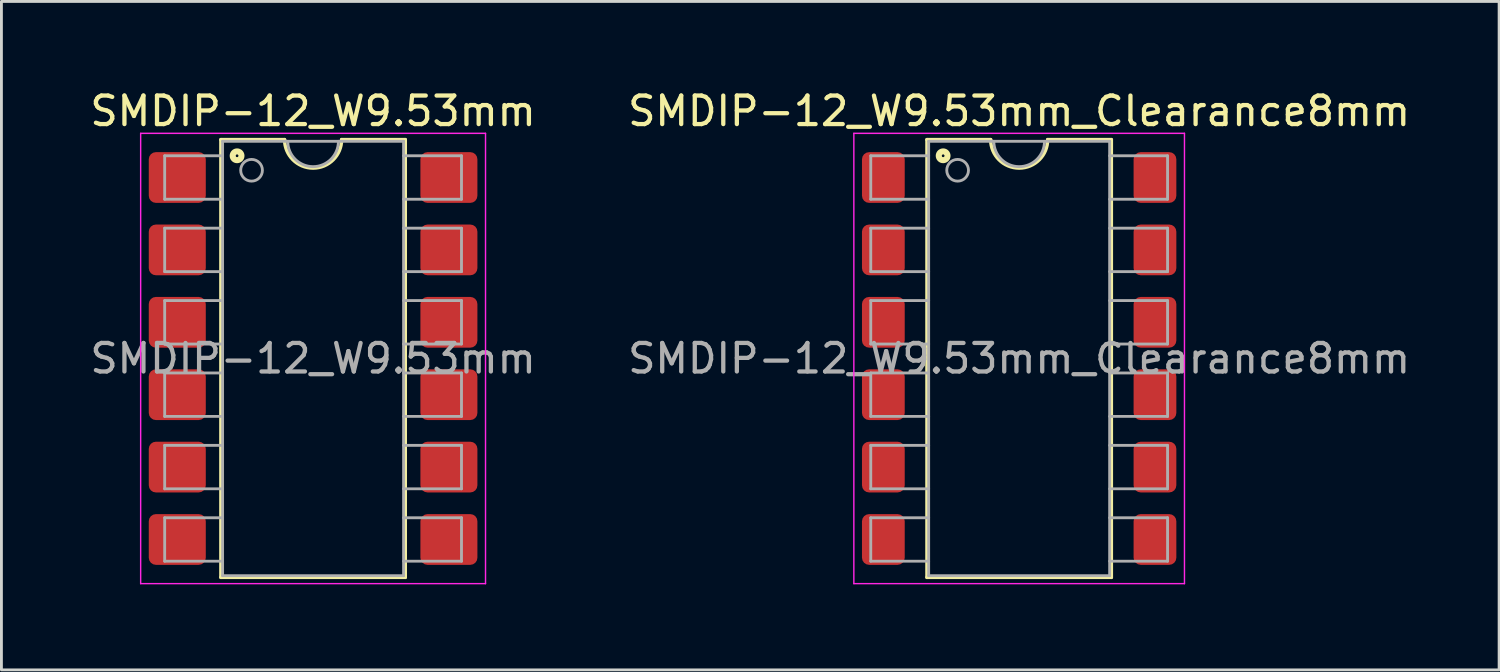
<source format=kicad_pcb>
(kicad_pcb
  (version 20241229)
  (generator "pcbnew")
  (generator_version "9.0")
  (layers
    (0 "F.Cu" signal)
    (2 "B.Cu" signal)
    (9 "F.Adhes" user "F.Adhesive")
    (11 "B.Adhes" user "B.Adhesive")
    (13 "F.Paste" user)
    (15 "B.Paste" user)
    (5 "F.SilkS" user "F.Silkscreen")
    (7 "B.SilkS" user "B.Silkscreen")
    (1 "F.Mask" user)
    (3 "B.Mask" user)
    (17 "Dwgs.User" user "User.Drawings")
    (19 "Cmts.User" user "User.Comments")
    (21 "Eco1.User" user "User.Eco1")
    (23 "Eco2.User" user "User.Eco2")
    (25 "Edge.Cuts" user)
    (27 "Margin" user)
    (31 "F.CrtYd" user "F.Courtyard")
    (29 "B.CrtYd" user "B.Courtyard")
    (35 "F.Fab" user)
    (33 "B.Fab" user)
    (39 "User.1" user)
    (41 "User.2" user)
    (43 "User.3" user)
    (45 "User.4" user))
  (footprint "SMDIP-12_W9.53mm_Clearance8mm"
    (layer "F.Cu")
    (at 32.708 9.528)
    (property "Reference" "SMDIP-12_W9.53mm_Clearance8mm" (at 0 -8.68 0) (layer "F.SilkS") (effects (font (size 1 1) (thickness 0.15))))
    (attr smd)
    (fp_line (start -3.235 -7.68) (end -3.235 7.68) (stroke (width 0.12) (type solid)) (layer "F.SilkS"))
    (fp_line (start -3.235 7.68) (end 3.235 7.68) (stroke (width 0.12) (type solid)) (layer "F.SilkS"))
    (fp_line (start -1 -7.68) (end -3.235 -7.68) (stroke (width 0.12) (type solid)) (layer "F.SilkS"))
    (fp_line (start 3.235 -7.68) (end 1 -7.68) (stroke (width 0.12) (type solid)) (layer "F.SilkS"))
    (fp_line (start 3.235 7.68) (end 3.235 -7.68) (stroke (width 0.12) (type solid)) (layer "F.SilkS"))
    (fp_arc (start 1 -7.68) (mid 0 -6.68) (end -1 -7.68) (stroke (width 0.12) (type solid)) (layer "F.SilkS"))
    (fp_circle (center -2.667 -7.112) (end -2.617 -7.112) (stroke (width 0.12) (type solid)) (fill no) (layer "F.SilkS"))
    (fp_circle (center -2.667 -7.112) (end -2.542 -7.112) (stroke (width 0.12) (type solid)) (fill no) (layer "F.SilkS"))
    (fp_circle (center -2.667 -7.112) (end -2.467 -7.112) (stroke (width 0.12) (type solid)) (fill no) (layer "F.SilkS"))
    (fp_line (start -5.8 -7.9) (end -5.8 7.9) (stroke (width 0.05) (type solid)) (layer "F.CrtYd"))
    (fp_line (start -5.8 7.9) (end 5.8 7.9) (stroke (width 0.05) (type solid)) (layer "F.CrtYd"))
    (fp_line (start 5.8 -7.9) (end -5.8 -7.9) (stroke (width 0.05) (type solid)) (layer "F.CrtYd"))
    (fp_line (start 5.8 7.9) (end 5.8 -7.9) (stroke (width 0.05) (type solid)) (layer "F.CrtYd"))
    (fp_line (start -5.207 -7.112) (end -5.207 -5.588) (stroke (width 0.1) (type solid)) (layer "F.Fab"))
    (fp_line (start -5.207 -7.112) (end -3.175 -7.112) (stroke (width 0.1) (type solid)) (layer "F.Fab"))
    (fp_line (start -5.207 -5.588) (end -3.175 -5.588) (stroke (width 0.1) (type solid)) (layer "F.Fab"))
    (fp_line (start -5.207 -4.572) (end -5.207 -3.048) (stroke (width 0.1) (type solid)) (layer "F.Fab"))
    (fp_line (start -5.207 -4.572) (end -3.175 -4.572) (stroke (width 0.1) (type solid)) (layer "F.Fab"))
    (fp_line (start -5.207 -3.048) (end -3.175 -3.048) (stroke (width 0.1) (type solid)) (layer "F.Fab"))
    (fp_line (start -5.207 -2.032) (end -5.207 -0.508) (stroke (width 0.1) (type solid)) (layer "F.Fab"))
    (fp_line (start -5.207 -2.032) (end -3.175 -2.032) (stroke (width 0.1) (type solid)) (layer "F.Fab"))
    (fp_line (start -5.207 -0.508) (end -3.175 -0.508) (stroke (width 0.1) (type solid)) (layer "F.Fab"))
    (fp_line (start -5.207 0.508) (end -5.207 2.032) (stroke (width 0.1) (type solid)) (layer "F.Fab"))
    (fp_line (start -5.207 0.508) (end -3.175 0.508) (stroke (width 0.1) (type solid)) (layer "F.Fab"))
    (fp_line (start -5.207 2.032) (end -3.175 2.032) (stroke (width 0.1) (type solid)) (layer "F.Fab"))
    (fp_line (start -5.207 3.048) (end -5.207 4.572) (stroke (width 0.1) (type solid)) (layer "F.Fab"))
    (fp_line (start -5.207 3.048) (end -3.175 3.048) (stroke (width 0.1) (type solid)) (layer "F.Fab"))
    (fp_line (start -5.207 4.572) (end -3.175 4.572) (stroke (width 0.1) (type solid)) (layer "F.Fab"))
    (fp_line (start -5.207 5.588) (end -5.207 7.112) (stroke (width 0.1) (type solid)) (layer "F.Fab"))
    (fp_line (start -5.207 5.588) (end -3.175 5.588) (stroke (width 0.1) (type solid)) (layer "F.Fab"))
    (fp_line (start -5.207 7.112) (end -3.175 7.112) (stroke (width 0.1) (type solid)) (layer "F.Fab"))
    (fp_line (start -3.175 -7.62) (end 3.175 -7.62) (stroke (width 0.1) (type solid)) (layer "F.Fab"))
    (fp_line (start -3.175 7.62) (end -3.175 -7.62) (stroke (width 0.1) (type solid)) (layer "F.Fab"))
    (fp_line (start 3.175 -7.62) (end 3.175 7.62) (stroke (width 0.1) (type solid)) (layer "F.Fab"))
    (fp_line (start 3.175 7.62) (end -3.175 7.62) (stroke (width 0.1) (type solid)) (layer "F.Fab"))
    (fp_line (start 5.207 -7.112) (end 3.175 -7.112) (stroke (width 0.1) (type solid)) (layer "F.Fab"))
    (fp_line (start 5.207 -5.588) (end 3.175 -5.588) (stroke (width 0.1) (type solid)) (layer "F.Fab"))
    (fp_line (start 5.207 -5.588) (end 5.207 -7.112) (stroke (width 0.1) (type solid)) (layer "F.Fab"))
    (fp_line (start 5.207 -4.572) (end 3.175 -4.572) (stroke (width 0.1) (type solid)) (layer "F.Fab"))
    (fp_line (start 5.207 -3.048) (end 3.175 -3.048) (stroke (width 0.1) (type solid)) (layer "F.Fab"))
    (fp_line (start 5.207 -3.048) (end 5.207 -4.572) (stroke (width 0.1) (type solid)) (layer "F.Fab"))
    (fp_line (start 5.207 -2.032) (end 3.175 -2.032) (stroke (width 0.1) (type solid)) (layer "F.Fab"))
    (fp_line (start 5.207 -0.508) (end 3.175 -0.508) (stroke (width 0.1) (type solid)) (layer "F.Fab"))
    (fp_line (start 5.207 -0.508) (end 5.207 -2.032) (stroke (width 0.1) (type solid)) (layer "F.Fab"))
    (fp_line (start 5.207 0.508) (end 3.175 0.508) (stroke (width 0.1) (type solid)) (layer "F.Fab"))
    (fp_line (start 5.207 2.032) (end 3.175 2.032) (stroke (width 0.1) (type solid)) (layer "F.Fab"))
    (fp_line (start 5.207 2.032) (end 5.207 0.508) (stroke (width 0.1) (type solid)) (layer "F.Fab"))
    (fp_line (start 5.207 3.048) (end 3.175 3.048) (stroke (width 0.1) (type solid)) (layer "F.Fab"))
    (fp_line (start 5.207 4.572) (end 3.175 4.572) (stroke (width 0.1) (type solid)) (layer "F.Fab"))
    (fp_line (start 5.207 4.572) (end 5.207 3.048) (stroke (width 0.1) (type solid)) (layer "F.Fab"))
    (fp_line (start 5.207 5.588) (end 3.175 5.588) (stroke (width 0.1) (type solid)) (layer "F.Fab"))
    (fp_line (start 5.207 7.112) (end 3.175 7.112) (stroke (width 0.1) (type solid)) (layer "F.Fab"))
    (fp_line (start 5.207 7.112) (end 5.207 5.588) (stroke (width 0.1) (type solid)) (layer "F.Fab"))
    (fp_arc (start 0.889 -7.62) (mid 0 -6.731) (end -0.889 -7.62) (stroke (width 0.1) (type solid)) (layer "F.Fab"))
    (fp_circle (center -2.159 -6.604) (end -1.778 -6.604) (stroke (width 0.1) (type solid)) (fill no) (layer "F.Fab"))
    (fp_text user "${REFERENCE}" (at 0 0 0) (layer "F.Fab") (effects (font (size 1 1) (thickness 0.15))))
    (pad "1" smd roundrect (at -4.765 -6.35) (size 1.5 1.78) (layers "F.Cu" "F.Mask" "F.Paste") (roundrect_rratio 0.167))
    (pad "2" smd roundrect (at -4.765 -3.81) (size 1.5 1.78) (layers "F.Cu" "F.Mask" "F.Paste") (roundrect_rratio 0.167))
    (pad "3" smd roundrect (at -4.765 -1.27) (size 1.5 1.78) (layers "F.Cu" "F.Mask" "F.Paste") (roundrect_rratio 0.167))
    (pad "4" smd roundrect (at -4.765 1.27) (size 1.5 1.78) (layers "F.Cu" "F.Mask" "F.Paste") (roundrect_rratio 0.167))
    (pad "5" smd roundrect (at -4.765 3.81) (size 1.5 1.78) (layers "F.Cu" "F.Mask" "F.Paste") (roundrect_rratio 0.167))
    (pad "6" smd roundrect (at -4.765 6.35) (size 1.5 1.78) (layers "F.Cu" "F.Mask" "F.Paste") (roundrect_rratio 0.167))
    (pad "7" smd roundrect (at 4.765 6.35) (size 1.5 1.78) (layers "F.Cu" "F.Mask" "F.Paste") (roundrect_rratio 0.167))
    (pad "8" smd roundrect (at 4.765 3.81) (size 1.5 1.78) (layers "F.Cu" "F.Mask" "F.Paste") (roundrect_rratio 0.167))
    (pad "9" smd roundrect (at 4.765 1.27) (size 1.5 1.78) (layers "F.Cu" "F.Mask" "F.Paste") (roundrect_rratio 0.167))
    (pad "10" smd roundrect (at 4.765 -1.27) (size 1.5 1.78) (layers "F.Cu" "F.Mask" "F.Paste") (roundrect_rratio 0.167))
    (pad "11" smd roundrect (at 4.765 -3.81) (size 1.5 1.78) (layers "F.Cu" "F.Mask" "F.Paste") (roundrect_rratio 0.167))
    (pad "12" smd roundrect (at 4.765 -6.35) (size 1.5 1.78) (layers "F.Cu" "F.Mask" "F.Paste") (roundrect_rratio 0.167)))
  (footprint "SMDIP-12_W9.53mm"
    (layer "F.Cu")
    (at 7.935 9.528)
    (property "Reference" "SMDIP-12_W9.53mm" (at 0 -8.68 0) (layer "F.SilkS") (effects (font (size 1 1) (thickness 0.15))))
    (attr smd)
    (fp_line (start -3.235 -7.68) (end -3.235 7.68) (stroke (width 0.12) (type solid)) (layer "F.SilkS"))
    (fp_line (start -3.235 7.68) (end 3.235 7.68) (stroke (width 0.12) (type solid)) (layer "F.SilkS"))
    (fp_line (start -1 -7.68) (end -3.235 -7.68) (stroke (width 0.12) (type solid)) (layer "F.SilkS"))
    (fp_line (start 3.235 -7.68) (end 1 -7.68) (stroke (width 0.12) (type solid)) (layer "F.SilkS"))
    (fp_line (start 3.235 7.68) (end 3.235 -7.68) (stroke (width 0.12) (type solid)) (layer "F.SilkS"))
    (fp_arc (start 1 -7.68) (mid 0 -6.68) (end -1 -7.68) (stroke (width 0.12) (type solid)) (layer "F.SilkS"))
    (fp_circle (center -2.667 -7.112) (end -2.617 -7.112) (stroke (width 0.12) (type solid)) (fill no) (layer "F.SilkS"))
    (fp_circle (center -2.667 -7.112) (end -2.542 -7.112) (stroke (width 0.12) (type solid)) (fill no) (layer "F.SilkS"))
    (fp_circle (center -2.667 -7.112) (end -2.467 -7.112) (stroke (width 0.12) (type solid)) (fill no) (layer "F.SilkS"))
    (fp_line (start -6.05 -7.9) (end -6.05 7.9) (stroke (width 0.05) (type solid)) (layer "F.CrtYd"))
    (fp_line (start -6.05 7.9) (end 6.05 7.9) (stroke (width 0.05) (type solid)) (layer "F.CrtYd"))
    (fp_line (start 6.05 -7.9) (end -6.05 -7.9) (stroke (width 0.05) (type solid)) (layer "F.CrtYd"))
    (fp_line (start 6.05 7.9) (end 6.05 -7.9) (stroke (width 0.05) (type solid)) (layer "F.CrtYd"))
    (fp_line (start -5.207 -7.112) (end -5.207 -5.588) (stroke (width 0.1) (type solid)) (layer "F.Fab"))
    (fp_line (start -5.207 -7.112) (end -3.175 -7.112) (stroke (width 0.1) (type solid)) (layer "F.Fab"))
    (fp_line (start -5.207 -5.588) (end -3.175 -5.588) (stroke (width 0.1) (type solid)) (layer "F.Fab"))
    (fp_line (start -5.207 -4.572) (end -5.207 -3.048) (stroke (width 0.1) (type solid)) (layer "F.Fab"))
    (fp_line (start -5.207 -4.572) (end -3.175 -4.572) (stroke (width 0.1) (type solid)) (layer "F.Fab"))
    (fp_line (start -5.207 -3.048) (end -3.175 -3.048) (stroke (width 0.1) (type solid)) (layer "F.Fab"))
    (fp_line (start -5.207 -2.032) (end -5.207 -0.508) (stroke (width 0.1) (type solid)) (layer "F.Fab"))
    (fp_line (start -5.207 -2.032) (end -3.175 -2.032) (stroke (width 0.1) (type solid)) (layer "F.Fab"))
    (fp_line (start -5.207 -0.508) (end -3.175 -0.508) (stroke (width 0.1) (type solid)) (layer "F.Fab"))
    (fp_line (start -5.207 0.508) (end -5.207 2.032) (stroke (width 0.1) (type solid)) (layer "F.Fab"))
    (fp_line (start -5.207 0.508) (end -3.175 0.508) (stroke (width 0.1) (type solid)) (layer "F.Fab"))
    (fp_line (start -5.207 2.032) (end -3.175 2.032) (stroke (width 0.1) (type solid)) (layer "F.Fab"))
    (fp_line (start -5.207 3.048) (end -5.207 4.572) (stroke (width 0.1) (type solid)) (layer "F.Fab"))
    (fp_line (start -5.207 3.048) (end -3.175 3.048) (stroke (width 0.1) (type solid)) (layer "F.Fab"))
    (fp_line (start -5.207 4.572) (end -3.175 4.572) (stroke (width 0.1) (type solid)) (layer "F.Fab"))
    (fp_line (start -5.207 5.588) (end -5.207 7.112) (stroke (width 0.1) (type solid)) (layer "F.Fab"))
    (fp_line (start -5.207 5.588) (end -3.175 5.588) (stroke (width 0.1) (type solid)) (layer "F.Fab"))
    (fp_line (start -5.207 7.112) (end -3.175 7.112) (stroke (width 0.1) (type solid)) (layer "F.Fab"))
    (fp_line (start -3.175 -7.62) (end 3.175 -7.62) (stroke (width 0.1) (type solid)) (layer "F.Fab"))
    (fp_line (start -3.175 7.62) (end -3.175 -7.62) (stroke (width 0.1) (type solid)) (layer "F.Fab"))
    (fp_line (start 3.175 -7.62) (end 3.175 7.62) (stroke (width 0.1) (type solid)) (layer "F.Fab"))
    (fp_line (start 3.175 7.62) (end -3.175 7.62) (stroke (width 0.1) (type solid)) (layer "F.Fab"))
    (fp_line (start 5.207 -7.112) (end 3.175 -7.112) (stroke (width 0.1) (type solid)) (layer "F.Fab"))
    (fp_line (start 5.207 -5.588) (end 3.175 -5.588) (stroke (width 0.1) (type solid)) (layer "F.Fab"))
    (fp_line (start 5.207 -5.588) (end 5.207 -7.112) (stroke (width 0.1) (type solid)) (layer "F.Fab"))
    (fp_line (start 5.207 -4.572) (end 3.175 -4.572) (stroke (width 0.1) (type solid)) (layer "F.Fab"))
    (fp_line (start 5.207 -3.048) (end 3.175 -3.048) (stroke (width 0.1) (type solid)) (layer "F.Fab"))
    (fp_line (start 5.207 -3.048) (end 5.207 -4.572) (stroke (width 0.1) (type solid)) (layer "F.Fab"))
    (fp_line (start 5.207 -2.032) (end 3.175 -2.032) (stroke (width 0.1) (type solid)) (layer "F.Fab"))
    (fp_line (start 5.207 -0.508) (end 3.175 -0.508) (stroke (width 0.1) (type solid)) (layer "F.Fab"))
    (fp_line (start 5.207 -0.508) (end 5.207 -2.032) (stroke (width 0.1) (type solid)) (layer "F.Fab"))
    (fp_line (start 5.207 0.508) (end 3.175 0.508) (stroke (width 0.1) (type solid)) (layer "F.Fab"))
    (fp_line (start 5.207 2.032) (end 3.175 2.032) (stroke (width 0.1) (type solid)) (layer "F.Fab"))
    (fp_line (start 5.207 2.032) (end 5.207 0.508) (stroke (width 0.1) (type solid)) (layer "F.Fab"))
    (fp_line (start 5.207 3.048) (end 3.175 3.048) (stroke (width 0.1) (type solid)) (layer "F.Fab"))
    (fp_line (start 5.207 4.572) (end 3.175 4.572) (stroke (width 0.1) (type solid)) (layer "F.Fab"))
    (fp_line (start 5.207 4.572) (end 5.207 3.048) (stroke (width 0.1) (type solid)) (layer "F.Fab"))
    (fp_line (start 5.207 5.588) (end 3.175 5.588) (stroke (width 0.1) (type solid)) (layer "F.Fab"))
    (fp_line (start 5.207 7.112) (end 3.175 7.112) (stroke (width 0.1) (type solid)) (layer "F.Fab"))
    (fp_line (start 5.207 7.112) (end 5.207 5.588) (stroke (width 0.1) (type solid)) (layer "F.Fab"))
    (fp_arc (start 0.889 -7.62) (mid 0 -6.731) (end -0.889 -7.62) (stroke (width 0.1) (type solid)) (layer "F.Fab"))
    (fp_circle (center -2.159 -6.604) (end -1.778 -6.604) (stroke (width 0.1) (type solid)) (fill no) (layer "F.Fab"))
    (fp_text user "${REFERENCE}" (at 0 0 0) (layer "F.Fab") (effects (font (size 1 1) (thickness 0.15))))
    (pad "1" smd roundrect (at -4.765 -6.35) (size 2 1.78) (layers "F.Cu" "F.Mask" "F.Paste") (roundrect_rratio 0.14))
    (pad "2" smd roundrect (at -4.765 -3.81) (size 2 1.78) (layers "F.Cu" "F.Mask" "F.Paste") (roundrect_rratio 0.14))
    (pad "3" smd roundrect (at -4.765 -1.27) (size 2 1.78) (layers "F.Cu" "F.Mask" "F.Paste") (roundrect_rratio 0.14))
    (pad "4" smd roundrect (at -4.765 1.27) (size 2 1.78) (layers "F.Cu" "F.Mask" "F.Paste") (roundrect_rratio 0.14))
    (pad "5" smd roundrect (at -4.765 3.81) (size 2 1.78) (layers "F.Cu" "F.Mask" "F.Paste") (roundrect_rratio 0.14))
    (pad "6" smd roundrect (at -4.765 6.35) (size 2 1.78) (layers "F.Cu" "F.Mask" "F.Paste") (roundrect_rratio 0.14))
    (pad "7" smd roundrect (at 4.765 6.35) (size 2 1.78) (layers "F.Cu" "F.Mask" "F.Paste") (roundrect_rratio 0.14))
    (pad "8" smd roundrect (at 4.765 3.81) (size 2 1.78) (layers "F.Cu" "F.Mask" "F.Paste") (roundrect_rratio 0.14))
    (pad "9" smd roundrect (at 4.765 1.27) (size 2 1.78) (layers "F.Cu" "F.Mask" "F.Paste") (roundrect_rratio 0.14))
    (pad "10" smd roundrect (at 4.765 -1.27) (size 2 1.78) (layers "F.Cu" "F.Mask" "F.Paste") (roundrect_rratio 0.14))
    (pad "11" smd roundrect (at 4.765 -3.81) (size 2 1.78) (layers "F.Cu" "F.Mask" "F.Paste") (roundrect_rratio 0.14))
    (pad "12" smd roundrect (at 4.765 -6.35) (size 2 1.78) (layers "F.Cu" "F.Mask" "F.Paste") (roundrect_rratio 0.14)))
  (gr_rect
    (start -3 -3)
    (end 49.548 20.453)
    (stroke (width 0.1) (type default))
    (fill no)
    (layer "Edge.Cuts")))
</source>
